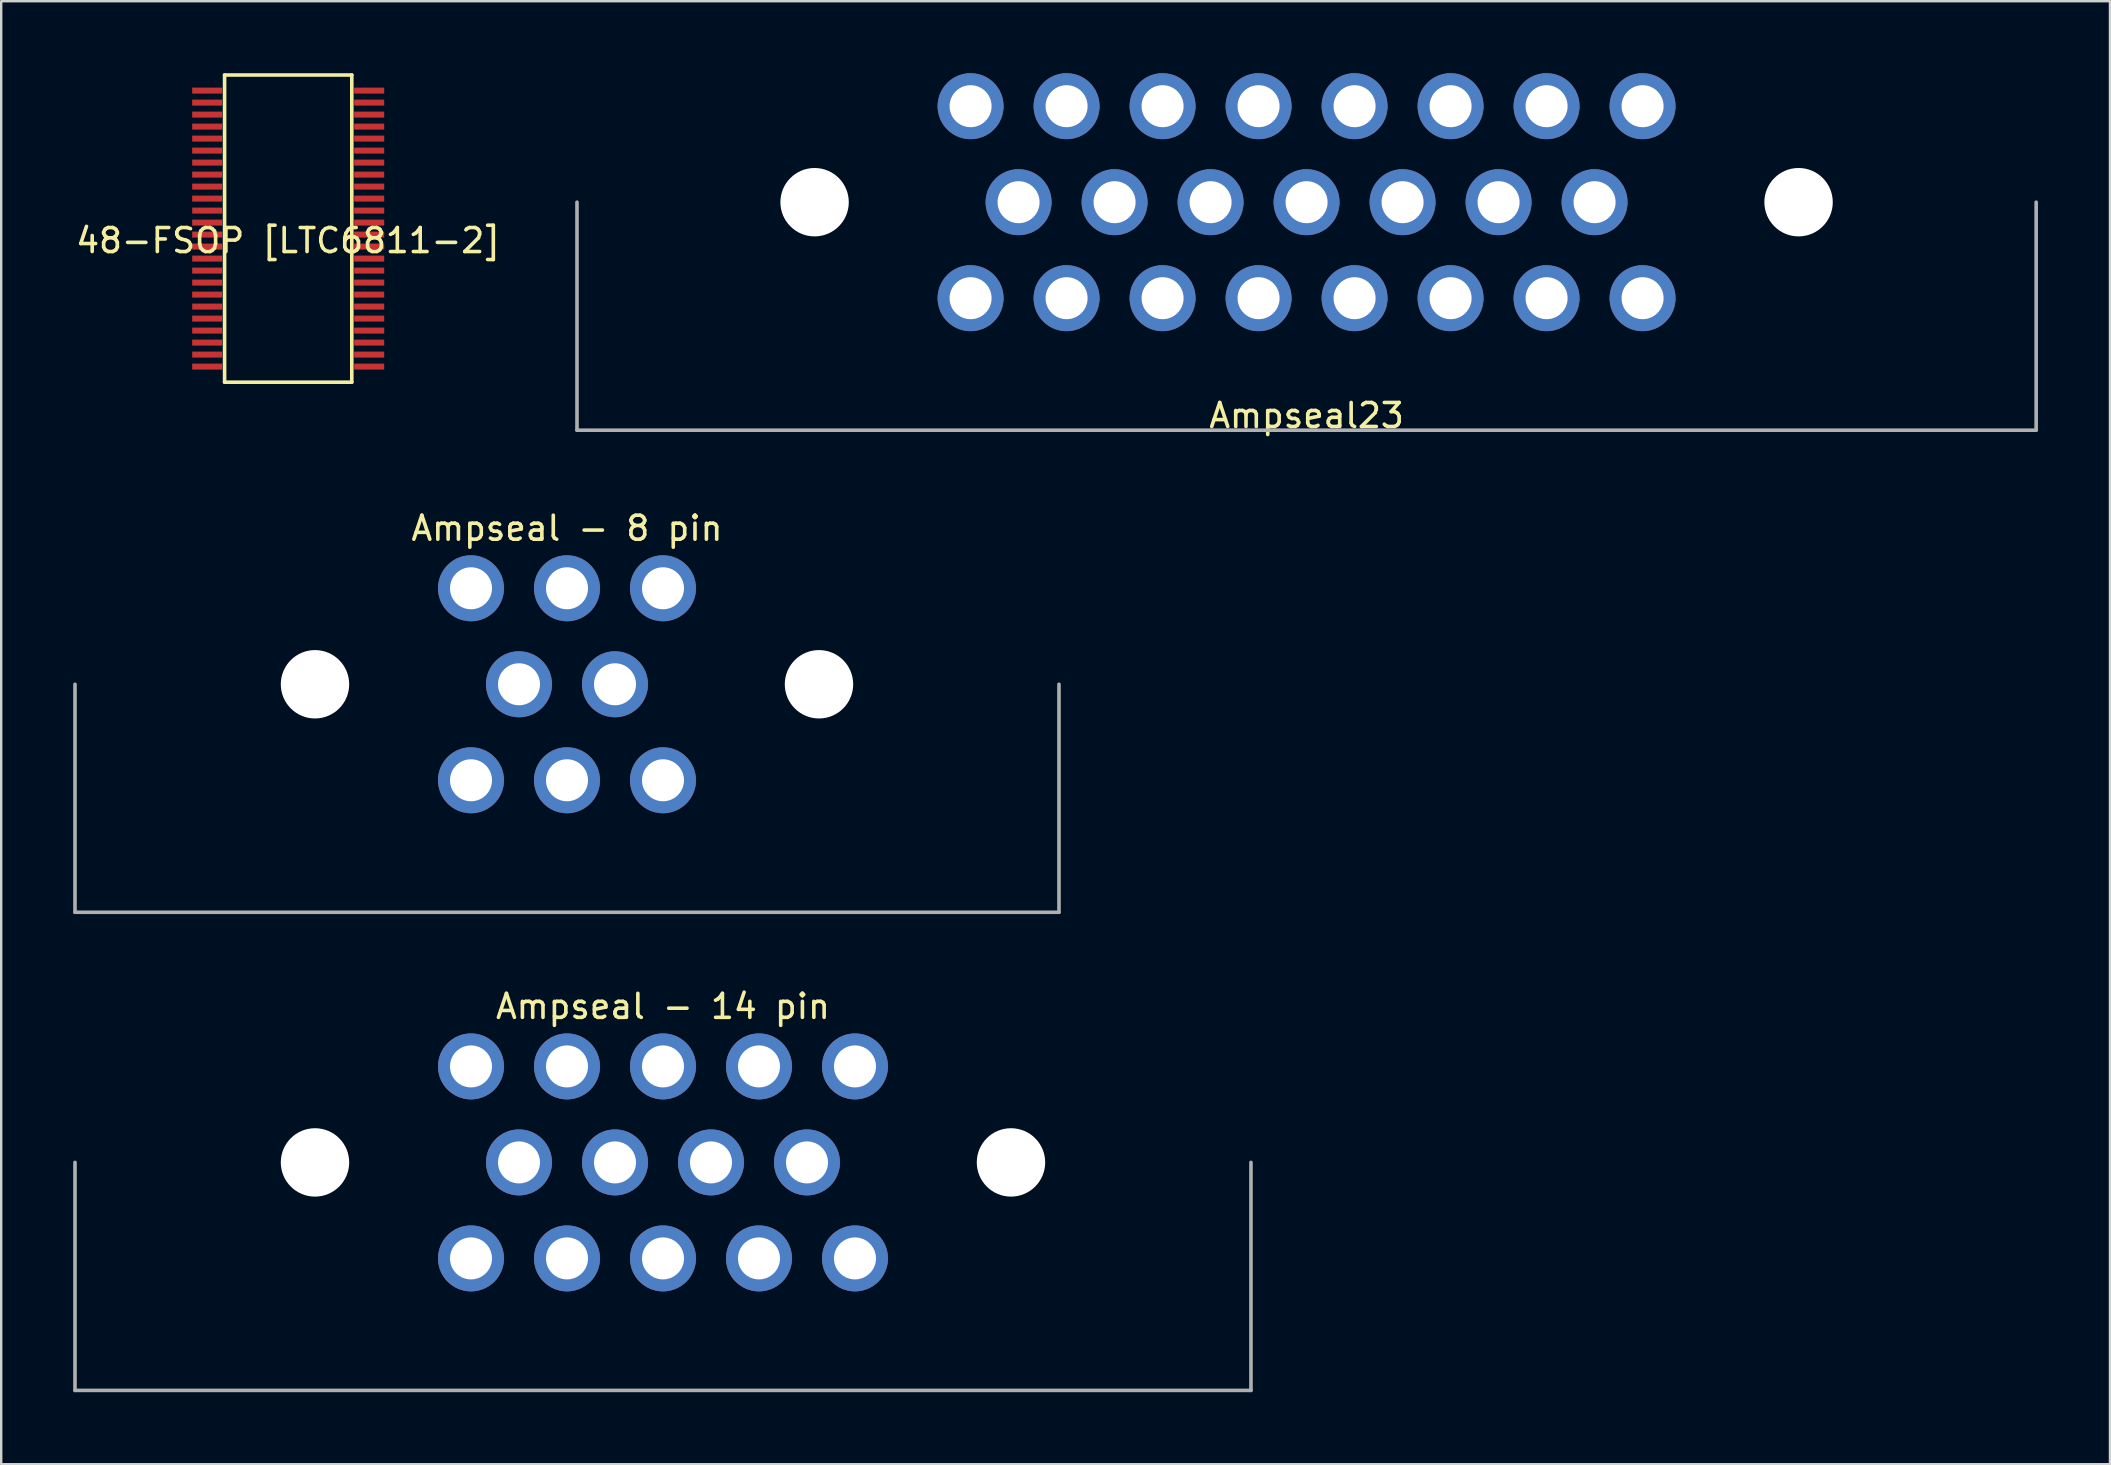
<source format=kicad_pcb>
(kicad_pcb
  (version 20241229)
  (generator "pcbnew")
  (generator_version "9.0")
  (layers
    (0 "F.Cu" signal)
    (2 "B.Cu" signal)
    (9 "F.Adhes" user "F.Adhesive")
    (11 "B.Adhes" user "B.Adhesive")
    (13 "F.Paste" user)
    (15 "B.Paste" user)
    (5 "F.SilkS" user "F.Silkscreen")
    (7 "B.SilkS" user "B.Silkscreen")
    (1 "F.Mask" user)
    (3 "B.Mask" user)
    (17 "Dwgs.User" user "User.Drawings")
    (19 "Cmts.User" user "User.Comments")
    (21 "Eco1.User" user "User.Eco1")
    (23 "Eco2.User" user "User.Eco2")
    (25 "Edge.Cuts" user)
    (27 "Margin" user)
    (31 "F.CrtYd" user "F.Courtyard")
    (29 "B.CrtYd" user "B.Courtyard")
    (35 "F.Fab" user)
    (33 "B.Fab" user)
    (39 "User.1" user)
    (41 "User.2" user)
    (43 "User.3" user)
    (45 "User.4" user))
  (footprint "48-FSOP [LTC6811-2]"
    (layer "F.Cu")
    (at 8.958 6.475)
    (property "Reference" "48-FSOP [LTC6811-2]" (at 0 0.5 0) (layer "F.SilkS") (effects (font (size 1 1) (thickness 0.15))))
    (attr through_hole)
    (fp_line (start -2.65 -6.4) (end -2.65 6.4) (stroke (width 0.15) (type solid)) (layer "F.SilkS"))
    (fp_line (start 2.65 -6.4) (end -2.65 -6.4) (stroke (width 0.15) (type solid)) (layer "F.SilkS"))
    (fp_line (start 2.65 -6.4) (end 2.65 6.4) (stroke (width 0.15) (type solid)) (layer "F.SilkS"))
    (fp_line (start 2.65 6.4) (end -2.65 6.4) (stroke (width 0.15) (type solid)) (layer "F.SilkS"))
    (pad "1" smd rect (at -3.375 -5.75) (size 1.25 0.25) (layers "F.Cu" "F.Mask" "F.Paste"))
    (pad "2" smd rect (at -3.375 -5.25) (size 1.25 0.25) (layers "F.Cu" "F.Mask" "F.Paste"))
    (pad "3" smd rect (at -3.375 -4.75) (size 1.25 0.25) (layers "F.Cu" "F.Mask" "F.Paste"))
    (pad "4" smd rect (at -3.375 -4.25) (size 1.25 0.25) (layers "F.Cu" "F.Mask" "F.Paste"))
    (pad "5" smd rect (at -3.375 -3.75) (size 1.25 0.25) (layers "F.Cu" "F.Mask" "F.Paste"))
    (pad "6" smd rect (at -3.375 -3.25) (size 1.25 0.25) (layers "F.Cu" "F.Mask" "F.Paste"))
    (pad "7" smd rect (at -3.375 -2.75) (size 1.25 0.25) (layers "F.Cu" "F.Mask" "F.Paste"))
    (pad "8" smd rect (at -3.375 -2.25) (size 1.25 0.25) (layers "F.Cu" "F.Mask" "F.Paste"))
    (pad "9" smd rect (at -3.375 -1.75) (size 1.25 0.25) (layers "F.Cu" "F.Mask" "F.Paste"))
    (pad "10" smd rect (at -3.375 -1.25) (size 1.25 0.25) (layers "F.Cu" "F.Mask" "F.Paste"))
    (pad "11" smd rect (at -3.375 -0.75) (size 1.25 0.25) (layers "F.Cu" "F.Mask" "F.Paste"))
    (pad "12" smd rect (at -3.375 -0.25) (size 1.25 0.25) (layers "F.Cu" "F.Mask" "F.Paste"))
    (pad "13" smd rect (at -3.375 0.25) (size 1.25 0.25) (layers "F.Cu" "F.Mask" "F.Paste"))
    (pad "14" smd rect (at -3.375 0.75) (size 1.25 0.25) (layers "F.Cu" "F.Mask" "F.Paste"))
    (pad "15" smd rect (at -3.375 1.25) (size 1.25 0.25) (layers "F.Cu" "F.Mask" "F.Paste"))
    (pad "16" smd rect (at -3.375 1.75) (size 1.25 0.25) (layers "F.Cu" "F.Mask" "F.Paste"))
    (pad "17" smd rect (at -3.375 2.25) (size 1.25 0.25) (layers "F.Cu" "F.Mask" "F.Paste"))
    (pad "18" smd rect (at -3.375 2.75) (size 1.25 0.25) (layers "F.Cu" "F.Mask" "F.Paste"))
    (pad "19" smd rect (at -3.375 3.25) (size 1.25 0.25) (layers "F.Cu" "F.Mask" "F.Paste"))
    (pad "20" smd rect (at -3.375 3.75) (size 1.25 0.25) (layers "F.Cu" "F.Mask" "F.Paste"))
    (pad "21" smd rect (at -3.375 4.25) (size 1.25 0.25) (layers "F.Cu" "F.Mask" "F.Paste"))
    (pad "22" smd rect (at -3.375 4.75) (size 1.25 0.25) (layers "F.Cu" "F.Mask" "F.Paste"))
    (pad "23" smd rect (at -3.375 5.25) (size 1.25 0.25) (layers "F.Cu" "F.Mask" "F.Paste"))
    (pad "24" smd rect (at -3.375 5.75) (size 1.25 0.25) (layers "F.Cu" "F.Mask" "F.Paste"))
    (pad "25" smd rect (at 3.375 5.75) (size 1.25 0.25) (layers "F.Cu" "F.Mask" "F.Paste"))
    (pad "26" smd rect (at 3.375 5.25) (size 1.25 0.25) (layers "F.Cu" "F.Mask" "F.Paste"))
    (pad "27" smd rect (at 3.375 4.75) (size 1.25 0.25) (layers "F.Cu" "F.Mask" "F.Paste"))
    (pad "28" smd rect (at 3.375 4.25) (size 1.25 0.25) (layers "F.Cu" "F.Mask" "F.Paste"))
    (pad "29" smd rect (at 3.375 3.75) (size 1.25 0.25) (layers "F.Cu" "F.Mask" "F.Paste"))
    (pad "30" smd rect (at 3.375 3.25) (size 1.25 0.25) (layers "F.Cu" "F.Mask" "F.Paste"))
    (pad "31" smd rect (at 3.375 2.75) (size 1.25 0.25) (layers "F.Cu" "F.Mask" "F.Paste"))
    (pad "32" smd rect (at 3.375 2.25) (size 1.25 0.25) (layers "F.Cu" "F.Mask" "F.Paste"))
    (pad "33" smd rect (at 3.375 1.75) (size 1.25 0.25) (layers "F.Cu" "F.Mask" "F.Paste"))
    (pad "34" smd rect (at 3.375 1.25) (size 1.25 0.25) (layers "F.Cu" "F.Mask" "F.Paste"))
    (pad "35" smd rect (at 3.375 0.75) (size 1.25 0.25) (layers "F.Cu" "F.Mask" "F.Paste"))
    (pad "36" smd rect (at 3.375 0.25) (size 1.25 0.25) (layers "F.Cu" "F.Mask" "F.Paste"))
    (pad "37" smd rect (at 3.375 -0.25) (size 1.25 0.25) (layers "F.Cu" "F.Mask" "F.Paste"))
    (pad "38" smd rect (at 3.375 -0.75) (size 1.25 0.25) (layers "F.Cu" "F.Mask" "F.Paste"))
    (pad "39" smd rect (at 3.375 -1.25) (size 1.25 0.25) (layers "F.Cu" "F.Mask" "F.Paste"))
    (pad "40" smd rect (at 3.375 -1.75) (size 1.25 0.25) (layers "F.Cu" "F.Mask" "F.Paste"))
    (pad "41" smd rect (at 3.375 -2.25) (size 1.25 0.25) (layers "F.Cu" "F.Mask" "F.Paste"))
    (pad "42" smd rect (at 3.375 -2.75) (size 1.25 0.25) (layers "F.Cu" "F.Mask" "F.Paste"))
    (pad "43" smd rect (at 3.375 -3.25) (size 1.25 0.25) (layers "F.Cu" "F.Mask" "F.Paste"))
    (pad "44" smd rect (at 3.375 -3.75) (size 1.25 0.25) (layers "F.Cu" "F.Mask" "F.Paste"))
    (pad "45" smd rect (at 3.375 -4.25) (size 1.25 0.25) (layers "F.Cu" "F.Mask" "F.Paste"))
    (pad "46" smd rect (at 3.375 -4.75) (size 1.25 0.25) (layers "F.Cu" "F.Mask" "F.Paste"))
    (pad "47" smd rect (at 3.375 -5.25) (size 1.25 0.25) (layers "F.Cu" "F.Mask" "F.Paste"))
    (pad "48" smd rect (at 3.375 -5.75) (size 1.25 0.25) (layers "F.Cu" "F.Mask" "F.Paste")))
  (footprint "Ampseal23"
    (layer "F.Cu")
    (at 51.392 5.375)
    (property "Reference" "Ampseal23" (at 0 8.89 0) (layer "F.SilkS") (effects (font (size 1 1) (thickness 0.15))))
    (attr through_hole)
    (fp_line (start -30.4 9.5) (end -30.4 0) (stroke (width 0.15) (type solid)) (layer "F.Fab"))
    (fp_line (start -30.4 9.5) (end 30.4 9.5) (stroke (width 0.15) (type solid)) (layer "F.Fab"))
    (fp_line (start 30.4 9.5) (end 30.4 0) (stroke (width 0.15) (type solid)) (layer "F.Fab"))
    (pad "" np_thru_hole circle (at -20.5 0) (size 2.85 2.85) (drill 2.85) (layers "*.Cu" "*.Mask"))
    (pad "" np_thru_hole circle (at 20.5 0) (size 2.85 2.85) (drill 2.85) (layers "*.Cu" "*.Mask"))
    (pad "1" thru_hole circle (at -14 -4) (size 2.75 2.75) (drill 1.75) (layers "*.Cu" "*.Mask"))
    (pad "2" thru_hole circle (at -10 -4) (size 2.75 2.75) (drill 1.75) (layers "*.Cu" "*.Mask"))
    (pad "3" thru_hole circle (at -6 -4) (size 2.75 2.75) (drill 1.75) (layers "*.Cu" "*.Mask"))
    (pad "4" thru_hole circle (at -2 -4) (size 2.75 2.75) (drill 1.75) (layers "*.Cu" "*.Mask"))
    (pad "5" thru_hole circle (at 2 -4) (size 2.75 2.75) (drill 1.75) (layers "*.Cu" "*.Mask"))
    (pad "6" thru_hole circle (at 6 -4) (size 2.75 2.75) (drill 1.75) (layers "*.Cu" "*.Mask"))
    (pad "7" thru_hole circle (at 10 -4) (size 2.75 2.75) (drill 1.75) (layers "*.Cu" "*.Mask"))
    (pad "8" thru_hole circle (at 14 -4) (size 2.75 2.75) (drill 1.75) (layers "*.Cu" "*.Mask"))
    (pad "9" thru_hole circle (at -12 0) (size 2.75 2.75) (drill 1.75) (layers "*.Cu" "*.Mask"))
    (pad "10" thru_hole circle (at -8 0) (size 2.75 2.75) (drill 1.75) (layers "*.Cu" "*.Mask"))
    (pad "11" thru_hole circle (at -4 0) (size 2.75 2.75) (drill 1.75) (layers "*.Cu" "*.Mask"))
    (pad "12" thru_hole circle (at 0 0) (size 2.75 2.75) (drill 1.75) (layers "*.Cu" "*.Mask"))
    (pad "13" thru_hole circle (at 4 0) (size 2.75 2.75) (drill 1.75) (layers "*.Cu" "*.Mask"))
    (pad "14" thru_hole circle (at 8 0) (size 2.75 2.75) (drill 1.75) (layers "*.Cu" "*.Mask"))
    (pad "15" thru_hole circle (at 12 0) (size 2.75 2.75) (drill 1.75) (layers "*.Cu" "*.Mask"))
    (pad "16" thru_hole circle (at -14 4) (size 2.75 2.75) (drill 1.75) (layers "*.Cu" "*.Mask"))
    (pad "17" thru_hole circle (at -10 4) (size 2.75 2.75) (drill 1.75) (layers "*.Cu" "*.Mask"))
    (pad "18" thru_hole circle (at -6 4) (size 2.75 2.75) (drill 1.75) (layers "*.Cu" "*.Mask"))
    (pad "19" thru_hole circle (at -2 4) (size 2.75 2.75) (drill 1.75) (layers "*.Cu" "*.Mask"))
    (pad "20" thru_hole circle (at 2 4) (size 2.75 2.75) (drill 1.75) (layers "*.Cu" "*.Mask"))
    (pad "21" thru_hole circle (at 6 4) (size 2.75 2.75) (drill 1.75) (layers "*.Cu" "*.Mask"))
    (pad "22" thru_hole circle (at 10 4) (size 2.75 2.75) (drill 1.75) (layers "*.Cu" "*.Mask"))
    (pad "23" thru_hole circle (at 14 4) (size 2.75 2.75) (drill 1.75) (layers "*.Cu" "*.Mask")))
  (footprint "Ampseal - 8 pin"
    (layer "F.Cu")
    (at 20.575 25.462)
    (property "Reference" "Ampseal - 8 pin" (at 0 -6.5 0) (layer "F.SilkS") (effects (font (size 1 1) (thickness 0.15))))
    (attr through_hole)
    (fp_line (start -20.5 9.5) (end -20.5 0) (stroke (width 0.15) (type solid)) (layer "F.Fab"))
    (fp_line (start -20.5 9.5) (end 20.5 9.5) (stroke (width 0.15) (type solid)) (layer "F.Fab"))
    (fp_line (start 20.5 9.5) (end 20.5 0) (stroke (width 0.15) (type solid)) (layer "F.Fab"))
    (pad "" np_thru_hole circle (at -10.5 0) (size 2.85 2.85) (drill 2.85) (layers "*.Cu" "*.Mask"))
    (pad "" np_thru_hole circle (at 10.5 0) (size 2.85 2.85) (drill 2.85) (layers "*.Cu" "*.Mask"))
    (pad "1" thru_hole circle (at -4 -4) (size 2.75 2.75) (drill 1.75) (layers "*.Cu" "*.Mask"))
    (pad "2" thru_hole circle (at 0 -4) (size 2.75 2.75) (drill 1.75) (layers "*.Cu" "*.Mask"))
    (pad "3" thru_hole circle (at 4 -4) (size 2.75 2.75) (drill 1.75) (layers "*.Cu" "*.Mask"))
    (pad "4" thru_hole circle (at -2 0) (size 2.75 2.75) (drill 1.75) (layers "*.Cu" "*.Mask"))
    (pad "5" thru_hole circle (at 2 0) (size 2.75 2.75) (drill 1.75) (layers "*.Cu" "*.Mask"))
    (pad "6" thru_hole circle (at -4 4) (size 2.75 2.75) (drill 1.75) (layers "*.Cu" "*.Mask"))
    (pad "7" thru_hole circle (at 0 4) (size 2.75 2.75) (drill 1.75) (layers "*.Cu" "*.Mask"))
    (pad "8" thru_hole circle (at 4 4) (size 2.75 2.75) (drill 1.75) (layers "*.Cu" "*.Mask")))
  (footprint "Ampseal - 14 pin"
    (layer "F.Cu")
    (at 24.575 45.385)
    (property "Reference" "Ampseal - 14 pin" (at 0 -6.5 0) (layer "F.SilkS") (effects (font (size 1 1) (thickness 0.15))))
    (attr through_hole)
    (fp_line (start -24.5 9.5) (end -24.5 0) (stroke (width 0.15) (type solid)) (layer "F.Fab"))
    (fp_line (start -24.5 9.5) (end 24.5 9.5) (stroke (width 0.15) (type solid)) (layer "F.Fab"))
    (fp_line (start 24.5 9.5) (end 24.5 0) (stroke (width 0.15) (type solid)) (layer "F.Fab"))
    (pad "" np_thru_hole circle (at -14.5 0) (size 2.85 2.85) (drill 2.85) (layers "*.Cu" "*.Mask"))
    (pad "" np_thru_hole circle (at 14.5 0) (size 2.85 2.85) (drill 2.85) (layers "*.Cu" "*.Mask"))
    (pad "1" thru_hole circle (at -8 -4) (size 2.75 2.75) (drill 1.75) (layers "*.Cu" "*.Mask"))
    (pad "2" thru_hole circle (at -4 -4) (size 2.75 2.75) (drill 1.75) (layers "*.Cu" "*.Mask"))
    (pad "3" thru_hole circle (at 0 -4) (size 2.75 2.75) (drill 1.75) (layers "*.Cu" "*.Mask"))
    (pad "4" thru_hole circle (at 4 -4) (size 2.75 2.75) (drill 1.75) (layers "*.Cu" "*.Mask"))
    (pad "5" thru_hole circle (at 8 -4) (size 2.75 2.75) (drill 1.75) (layers "*.Cu" "*.Mask"))
    (pad "6" thru_hole circle (at -6 0) (size 2.75 2.75) (drill 1.75) (layers "*.Cu" "*.Mask"))
    (pad "7" thru_hole circle (at -2 0) (size 2.75 2.75) (drill 1.75) (layers "*.Cu" "*.Mask"))
    (pad "8" thru_hole circle (at 2 0) (size 2.75 2.75) (drill 1.75) (layers "*.Cu" "*.Mask"))
    (pad "9" thru_hole circle (at 6 0) (size 2.75 2.75) (drill 1.75) (layers "*.Cu" "*.Mask"))
    (pad "10" thru_hole circle (at -8 4) (size 2.75 2.75) (drill 1.75) (layers "*.Cu" "*.Mask"))
    (pad "11" thru_hole circle (at -4 4) (size 2.75 2.75) (drill 1.75) (layers "*.Cu" "*.Mask"))
    (pad "12" thru_hole circle (at 0 4) (size 2.75 2.75) (drill 1.75) (layers "*.Cu" "*.Mask"))
    (pad "13" thru_hole circle (at 4 4) (size 2.75 2.75) (drill 1.75) (layers "*.Cu" "*.Mask"))
    (pad "14" thru_hole circle (at 8 4) (size 2.75 2.75) (drill 1.75) (layers "*.Cu" "*.Mask")))
  (gr_rect
    (start -3 -3)
    (end 84.867 57.96)
    (stroke (width 0.1) (type default))
    (fill no)
    (layer "Edge.Cuts")))
</source>
